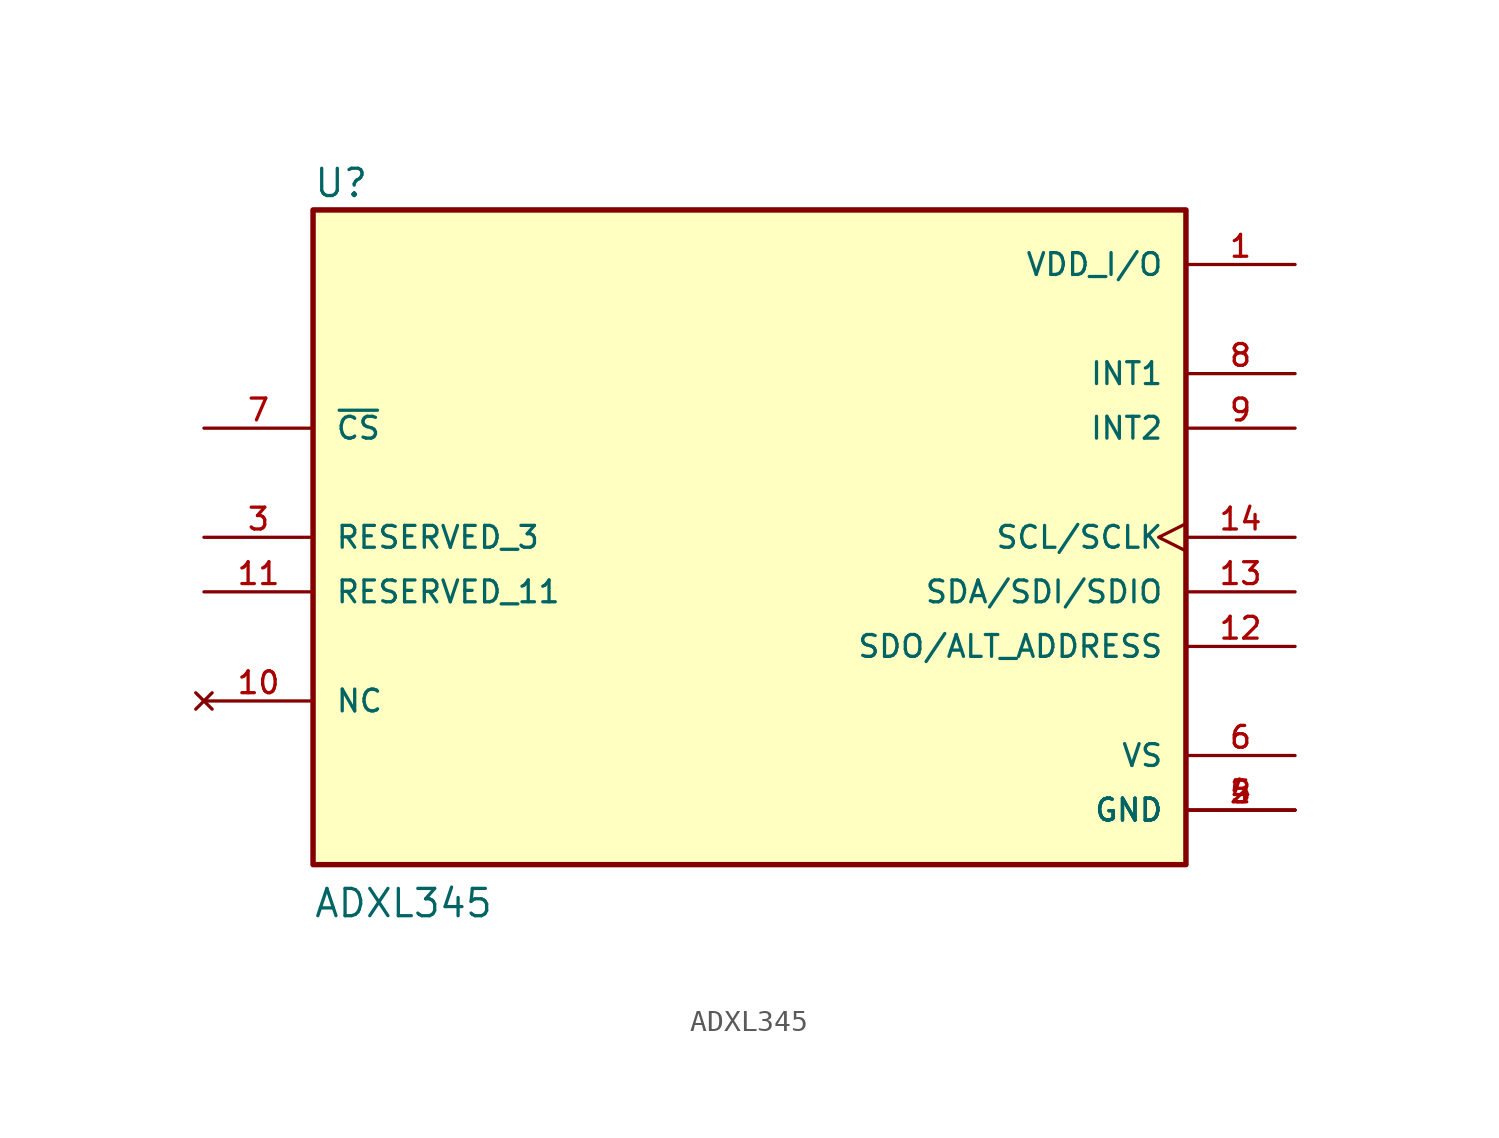
<source format=kicad_sym>
(kicad_symbol_lib
  (version 20231120)
  (generator "kicad_symbol_editor")
  (generator_version "8.0")
  (symbol "ADXL345"
    (pin_names
      (offset 1.016))
    (property "Reference" "U"
      (at -20.32 15.748 0)
      (effects (font (size 1.27 1.27)) (justify left bottom)))
    (property "Value" "ADXL345"
      (at -20.32 -17.78 0)
      (effects (font (size 1.27 1.27)) (justify left bottom)))
    (symbol "ADXL345_0_0"
      (rectangle (start -20.32 -15.24) (end 20.32 15.24) (stroke (width 0.254) (type default)) (fill (type background)))
      (pin power_in line (at 25.4 12.7 180) (length 5.08) (name "VDD_I/O" (effects (font (size 1.016 1.016)))) (number "1" (effects (font (size 1.016 1.016)))))
      (pin no_connect line (at -25.4 -7.62 0) (length 5.08) (name "NC" (effects (font (size 1.016 1.016)))) (number "10" (effects (font (size 1.016 1.016)))))
      (pin passive line (at -25.4 -2.54 0) (length 5.08) (name "RESERVED_11" (effects (font (size 1.016 1.016)))) (number "11" (effects (font (size 1.016 1.016)))))
      (pin output line (at 25.4 -5.08 180) (length 5.08) (name "SDO/ALT_ADDRESS" (effects (font (size 1.016 1.016)))) (number "12" (effects (font (size 1.016 1.016)))))
      (pin bidirectional line (at 25.4 -2.54 180) (length 5.08) (name "SDA/SDI/SDIO" (effects (font (size 1.016 1.016)))) (number "13" (effects (font (size 1.016 1.016)))))
      (pin bidirectional clock (at 25.4 0 180) (length 5.08) (name "SCL/SCLK" (effects (font (size 1.016 1.016)))) (number "14" (effects (font (size 1.016 1.016)))))
      (pin power_in line (at 25.4 -12.7 180) (length 5.08) (name "GND" (effects (font (size 1.016 1.016)))) (number "2" (effects (font (size 1.016 1.016)))))
      (pin passive line (at -25.4 0 0) (length 5.08) (name "RESERVED_3" (effects (font (size 1.016 1.016)))) (number "3" (effects (font (size 1.016 1.016)))))
      (pin power_in line (at 25.4 -12.7 180) (length 5.08) (name "GND" (effects (font (size 1.016 1.016)))) (number "4" (effects (font (size 1.016 1.016)))))
      (pin power_in line (at 25.4 -12.7 180) (length 5.08) (name "GND" (effects (font (size 1.016 1.016)))) (number "5" (effects (font (size 1.016 1.016)))))
      (pin power_in line (at 25.4 -10.16 180) (length 5.08) (name "VS" (effects (font (size 1.016 1.016)))) (number "6" (effects (font (size 1.016 1.016)))))
      (pin input line (at -25.4 5.08 0) (length 5.08) (name "~{CS}" (effects (font (size 1.016 1.016)))) (number "7" (effects (font (size 1.016 1.016)))))
      (pin output line (at 25.4 7.62 180) (length 5.08) (name "INT1" (effects (font (size 1.016 1.016)))) (number "8" (effects (font (size 1.016 1.016)))))
      (pin output line (at 25.4 5.08 180) (length 5.08) (name "INT2" (effects (font (size 1.016 1.016)))) (number "9" (effects (font (size 1.016 1.016))))))))
</source>
